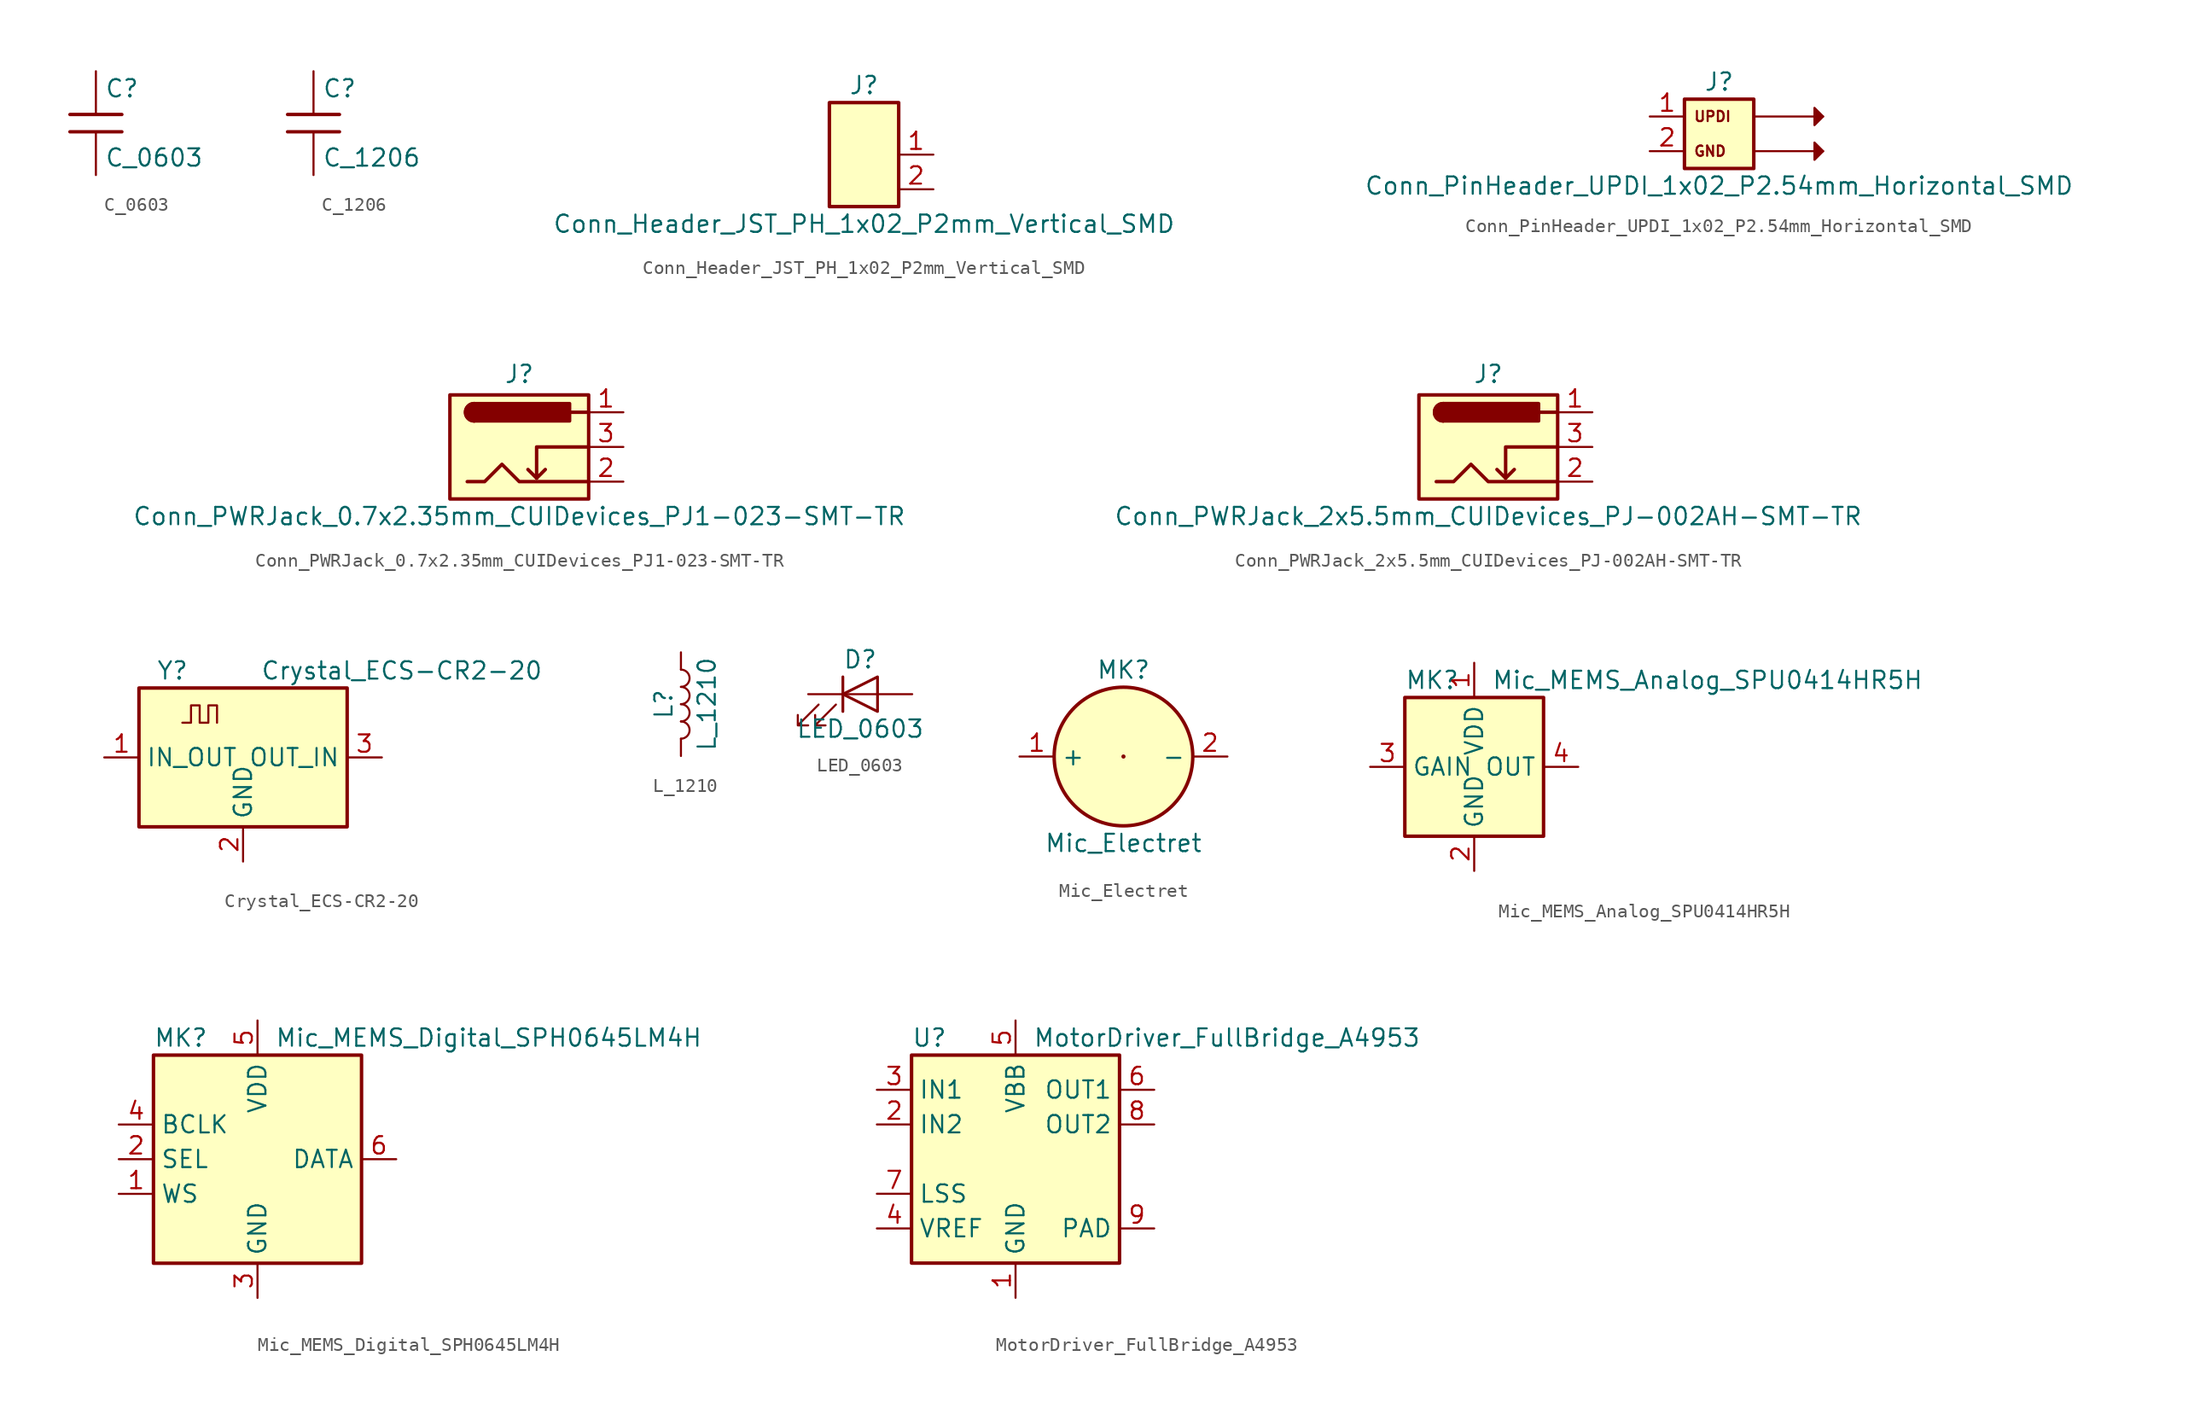
<source format=kicad_sym>
(kicad_symbol_lib
  (version 20231120)
  (generator "kicad_symbol_editor")
  (generator_version "8.0")
  (symbol "C_0603"
    (pin_numbers hide)
    (property "Reference" "C"
      (at 0.635 2.54 0)
      (effects (font (size 1.27 1.27)) (justify left)))
    (property "Value" "C_0603"
      (at 0.635 -2.54 0)
      (effects (font (size 1.27 1.27)) (justify left)))
    (symbol "C_0603_1_1"
      (polyline (pts (xy -1.905 -0.635) (xy 1.905 -0.635)) (stroke (width 0.25) (type default)) (fill (type none)))
      (polyline (pts (xy -1.905 0.635) (xy 1.905 0.635)) (stroke (width 0.25) (type default)) (fill (type none)))
      (pin passive line (at 0 3.81 270) (length 3.175) (name "~" (effects (font (size 1.27 1.27)))) (number "1" (effects (font (size 1.27 1.27)))))
      (pin passive line (at 0 -3.81 90) (length 3.175) (name "~" (effects (font (size 1.27 1.27)))) (number "2" (effects (font (size 1.27 1.27)))))))
  (symbol "C_1206"
    (pin_numbers hide)
    (property "Reference" "C"
      (at 0.635 2.54 0)
      (effects (font (size 1.27 1.27)) (justify left)))
    (property "Value" "C_1206"
      (at 0.635 -2.54 0)
      (effects (font (size 1.27 1.27)) (justify left)))
    (symbol "C_1206_1_1"
      (polyline (pts (xy -1.905 -0.635) (xy 1.905 -0.635)) (stroke (width 0.25) (type default)) (fill (type none)))
      (polyline (pts (xy -1.905 0.635) (xy 1.905 0.635)) (stroke (width 0.25) (type default)) (fill (type none)))
      (pin passive line (at 0 3.81 270) (length 3.175) (name "~" (effects (font (size 1.27 1.27)))) (number "1" (effects (font (size 1.27 1.27)))))
      (pin passive line (at 0 -3.81 90) (length 3.175) (name "~" (effects (font (size 1.27 1.27)))) (number "2" (effects (font (size 1.27 1.27)))))))
  (symbol "Conn_Header_JST_PH_1x02_P2mm_Vertical_SMD"
    (property "Reference" "J"
      (at 0 5.08 0)
      (effects (font (size 1.27 1.27))))
    (property "Value" "Conn_Header_JST_PH_1x02_P2mm_Vertical_SMD"
      (at 0 -5.08 0)
      (effects (font (size 1.27 1.27))))
    (symbol "Conn_Header_JST_PH_1x02_P2mm_Vertical_SMD_0_1"
      (rectangle (start -2.54 3.81) (end 2.54 -3.81) (stroke (width 0.254) (type default)) (fill (type background))))
    (symbol "Conn_Header_JST_PH_1x02_P2mm_Vertical_SMD_1_1"
      (pin passive line (at 5.08 0 180) (length 2.54) (name "~" (effects (font (size 1.27 1.27)))) (number "1" (effects (font (size 1.27 1.27)))))
      (pin passive line (at 5.08 -2.54 180) (length 2.54) (name "~" (effects (font (size 1.27 1.27)))) (number "2" (effects (font (size 1.27 1.27)))))))
  (symbol "Conn_PinHeader_UPDI_1x02_P2.54mm_Horizontal_SMD"
    (property "Reference" "J"
      (at 0 3.81 0)
      (effects (font (size 1.27 1.27))))
    (property "Value" "Conn_PinHeader_UPDI_1x02_P2.54mm_Horizontal_SMD"
      (at 0 -3.81 0)
      (effects (font (size 1.27 1.27))))
    (symbol "Conn_PinHeader_UPDI_1x02_P2.54mm_Horizontal_SMD_0_0"
      (rectangle (start -2.54 2.54) (end 2.54 -2.54) (stroke (width 0.254) (type default)) (fill (type background)))
      (polyline (pts (xy 2.54 -1.27) (xy 7.62 -1.27)) (stroke (width 0) (type default)) (fill (type none)))
      (polyline (pts (xy 2.54 1.27) (xy 7.62 1.27)) (stroke (width 0) (type default)) (fill (type none)))
      (polyline (pts (xy 6.985 -0.635) (xy 7.62 -1.27) (xy 6.985 -1.905) (xy 6.985 -0.635)) (stroke (width 0) (type default)) (fill (type outline)))
      (polyline (pts (xy 6.985 1.905) (xy 7.62 1.27) (xy 6.985 0.635) (xy 6.985 1.905)) (stroke (width 0) (type default)) (fill (type outline)))
      (text "GND" (at -1.905 -1.27 0) (effects (font (size 0.75 0.75)) (justify left)))
      (text "UPDI" (at -1.905 1.27 0) (effects (font (size 0.75 0.75)) (justify left))))
    (symbol "Conn_PinHeader_UPDI_1x02_P2.54mm_Horizontal_SMD_1_1"
      (pin passive line (at -5.08 1.27 0) (length 2.54) (name "" (effects (font (size 1.27 1.27)))) (number "1" (effects (font (size 1.27 1.27)))))
      (pin passive line (at -5.08 -1.27 0) (length 2.54) (name "" (effects (font (size 1.27 1.27)))) (number "2" (effects (font (size 1.27 1.27)))))))
  (symbol "Conn_PWRJack_0.7x2.35mm_CUIDevices_PJ1-023-SMT-TR"
    (pin_names hide)
    (property "Reference" "J"
      (at 0 5.334 0)
      (effects (font (size 1.27 1.27))))
    (property "Value" "Conn_PWRJack_0.7x2.35mm_CUIDevices_PJ1-023-SMT-TR"
      (at 0 -5.08 0)
      (effects (font (size 1.27 1.27))))
    (symbol "Conn_PWRJack_0.7x2.35mm_CUIDevices_PJ1-023-SMT-TR_0_1"
      (rectangle (start -5.08 3.81) (end 5.08 -3.81) (stroke (width 0.254) (type default)) (fill (type background)))
      (arc (start -3.302 3.175) (mid -3.9343 2.54) (end -3.302 1.905) (stroke (width 0.254) (type default)) (fill (type none)))
      (arc (start -3.302 3.175) (mid -3.9343 2.54) (end -3.302 1.905) (stroke (width 0.254) (type default)) (fill (type outline)))
      (polyline (pts (xy 1.27 -2.286) (xy 1.905 -1.651)) (stroke (width 0.254) (type default)) (fill (type none)))
      (polyline (pts (xy 5.08 2.54) (xy 3.81 2.54)) (stroke (width 0.254) (type default)) (fill (type none)))
      (polyline (pts (xy 5.08 0) (xy 1.27 0) (xy 1.27 -2.286) (xy 0.635 -1.651)) (stroke (width 0.254) (type default)) (fill (type none)))
      (polyline (pts (xy -3.81 -2.54) (xy -2.54 -2.54) (xy -1.27 -1.27) (xy 0 -2.54) (xy 2.54 -2.54) (xy 5.08 -2.54)) (stroke (width 0.254) (type default)) (fill (type none)))
      (rectangle (start 3.683 3.175) (end -3.302 1.905) (stroke (width 0.254) (type default)) (fill (type outline))))
    (symbol "Conn_PWRJack_0.7x2.35mm_CUIDevices_PJ1-023-SMT-TR_1_1"
      (pin passive line (at 7.62 2.54 180) (length 2.54) (name "~" (effects (font (size 1.27 1.27)))) (number "1" (effects (font (size 1.27 1.27)))))
      (pin passive line (at 7.62 -2.54 180) (length 2.54) (name "~" (effects (font (size 1.27 1.27)))) (number "2" (effects (font (size 1.27 1.27)))))
      (pin passive line (at 7.62 0 180) (length 2.54) (name "~" (effects (font (size 1.27 1.27)))) (number "3" (effects (font (size 1.27 1.27)))))))
  (symbol "Conn_PWRJack_2x5.5mm_CUIDevices_PJ-002AH-SMT-TR"
    (pin_names hide)
    (property "Reference" "J"
      (at 0 5.334 0)
      (effects (font (size 1.27 1.27))))
    (property "Value" "Conn_PWRJack_2x5.5mm_CUIDevices_PJ-002AH-SMT-TR"
      (at 0 -5.08 0)
      (effects (font (size 1.27 1.27))))
    (symbol "Conn_PWRJack_2x5.5mm_CUIDevices_PJ-002AH-SMT-TR_0_1"
      (rectangle (start -5.08 3.81) (end 5.08 -3.81) (stroke (width 0.254) (type default)) (fill (type background)))
      (arc (start -3.302 3.175) (mid -3.9343 2.54) (end -3.302 1.905) (stroke (width 0.254) (type default)) (fill (type none)))
      (arc (start -3.302 3.175) (mid -3.9343 2.54) (end -3.302 1.905) (stroke (width 0.254) (type default)) (fill (type outline)))
      (polyline (pts (xy 1.27 -2.286) (xy 1.905 -1.651)) (stroke (width 0.254) (type default)) (fill (type none)))
      (polyline (pts (xy 5.08 2.54) (xy 3.81 2.54)) (stroke (width 0.254) (type default)) (fill (type none)))
      (polyline (pts (xy 5.08 0) (xy 1.27 0) (xy 1.27 -2.286) (xy 0.635 -1.651)) (stroke (width 0.254) (type default)) (fill (type none)))
      (polyline (pts (xy -3.81 -2.54) (xy -2.54 -2.54) (xy -1.27 -1.27) (xy 0 -2.54) (xy 2.54 -2.54) (xy 5.08 -2.54)) (stroke (width 0.254) (type default)) (fill (type none)))
      (rectangle (start 3.683 3.175) (end -3.302 1.905) (stroke (width 0.254) (type default)) (fill (type outline))))
    (symbol "Conn_PWRJack_2x5.5mm_CUIDevices_PJ-002AH-SMT-TR_1_1"
      (pin passive line (at 7.62 2.54 180) (length 2.54) (name "~" (effects (font (size 1.27 1.27)))) (number "1" (effects (font (size 1.27 1.27)))))
      (pin passive line (at 7.62 -2.54 180) (length 2.54) (name "~" (effects (font (size 1.27 1.27)))) (number "2" (effects (font (size 1.27 1.27)))))
      (pin passive line (at 7.62 0 180) (length 2.54) (name "~" (effects (font (size 1.27 1.27)))) (number "3" (effects (font (size 1.27 1.27)))))))
  (symbol "Crystal_ECS-CR2-20"
    (property "Reference" "Y"
      (at -6.35 6.35 0)
      (effects (font (size 1.27 1.27)) (justify left)))
    (property "Value" "Crystal_ECS-CR2-20"
      (at 1.27 6.35 0)
      (effects (font (size 1.27 1.27)) (justify left)))
    (symbol "Crystal_ECS-CR2-20_0_1"
      (rectangle (start -7.62 5.08) (end 7.62 -5.08) (stroke (width 0.254) (type default)) (fill (type background)))
      (polyline (pts (xy -4.445 2.54) (xy -3.81 2.54) (xy -3.81 3.81) (xy -3.175 3.81) (xy -3.175 2.54) (xy -2.54 2.54) (xy -2.54 3.81) (xy -1.905 3.81) (xy -1.905 2.54)) (stroke (width 0) (type default)) (fill (type none))))
    (symbol "Crystal_ECS-CR2-20_1_1"
      (pin input line (at -10.16 0 0) (length 2.54) (name "IN_OUT" (effects (font (size 1.27 1.27)))) (number "1" (effects (font (size 1.27 1.27)))))
      (pin power_in line (at 0 -7.62 90) (length 2.54) (name "GND" (effects (font (size 1.27 1.27)))) (number "2" (effects (font (size 1.27 1.27)))))
      (pin output line (at 10.16 0 180) (length 2.54) (name "OUT_IN" (effects (font (size 1.27 1.27)))) (number "3" (effects (font (size 1.27 1.27)))))))
  (symbol "L_1210"
    (pin_numbers hide)
    (pin_names hide)
    (property "Reference" "L"
      (at -1.27 0 90)
      (effects (font (size 1.27 1.27))))
    (property "Value" "L_1210"
      (at 1.905 0 90)
      (effects (font (size 1.27 1.27))))
    (symbol "L_1210_0_1"
      (arc (start 0 -2.54) (mid 0.6323 -1.905) (end 0 -1.27) (stroke (width 0) (type default)) (fill (type none)))
      (arc (start 0 -1.27) (mid 0.6323 -0.635) (end 0 0) (stroke (width 0) (type default)) (fill (type none)))
      (arc (start 0 0) (mid 0.6323 0.635) (end 0 1.27) (stroke (width 0) (type default)) (fill (type none)))
      (arc (start 0 1.27) (mid 0.6323 1.905) (end 0 2.54) (stroke (width 0) (type default)) (fill (type none))))
    (symbol "L_1210_1_1"
      (pin passive line (at 0 3.81 270) (length 1.27) (name "1" (effects (font (size 1.27 1.27)))) (number "1" (effects (font (size 1.27 1.27)))))
      (pin passive line (at 0 -3.81 90) (length 1.27) (name "2" (effects (font (size 1.27 1.27)))) (number "2" (effects (font (size 1.27 1.27)))))))
  (symbol "LED_0603"
    (pin_numbers hide)
    (pin_names
      (offset 1.016) hide)
    (property "Reference" "D"
      (at 0 2.54 0)
      (effects (font (size 1.27 1.27))))
    (property "Value" "LED_0603"
      (at 0 -2.54 0)
      (effects (font (size 1.27 1.27))))
    (symbol "LED_0603_0_1"
      (polyline (pts (xy -1.27 -1.27) (xy -1.27 1.27)) (stroke (width 0.203) (type default)) (fill (type none)))
      (polyline (pts (xy -1.27 0) (xy 1.27 0)) (stroke (width 0) (type default)) (fill (type none)))
      (polyline (pts (xy 1.27 -1.27) (xy 1.27 1.27) (xy -1.27 0) (xy 1.27 -1.27)) (stroke (width 0.203) (type default)) (fill (type none)))
      (polyline (pts (xy -3.048 -0.762) (xy -4.572 -2.286) (xy -3.81 -2.286) (xy -4.572 -2.286) (xy -4.572 -1.524)) (stroke (width 0) (type default)) (fill (type none)))
      (polyline (pts (xy -1.778 -0.762) (xy -3.302 -2.286) (xy -2.54 -2.286) (xy -3.302 -2.286) (xy -3.302 -1.524)) (stroke (width 0) (type default)) (fill (type none))))
    (symbol "LED_0603_1_1"
      (pin passive line (at -3.81 0 0) (length 2.54) (name "K" (effects (font (size 1.27 1.27)))) (number "1" (effects (font (size 1.27 1.27)))))
      (pin passive line (at 3.81 0 180) (length 2.54) (name "A" (effects (font (size 1.27 1.27)))) (number "2" (effects (font (size 1.27 1.27)))))))
  (symbol "Mic_Electret"
    (property "Reference" "MK"
      (at 0 6.35 0)
      (effects (font (size 1.27 1.27))))
    (property "Value" "Mic_Electret"
      (at 0 -6.35 0)
      (effects (font (size 1.27 1.27))))
    (symbol "Mic_Electret_0_1"
      (circle (center 0 0) (radius 0.0001) (stroke (width 0) (type default)) (fill (type none)))
      (circle (center 0 0) (radius 5.08) (stroke (width 0.254) (type default)) (fill (type background))))
    (symbol "Mic_Electret_1_1"
      (pin passive line (at -7.62 0 0) (length 2.54) (name "+" (effects (font (size 1.27 1.27)))) (number "1" (effects (font (size 1.27 1.27)))))
      (pin passive line (at 7.62 0 180) (length 2.54) (name "-" (effects (font (size 1.27 1.27)))) (number "2" (effects (font (size 1.27 1.27)))))))
  (symbol "Mic_MEMS_Analog_SPU0414HR5H"
    (property "Reference" "MK"
      (at -5.08 6.35 0)
      (effects (font (size 1.27 1.27)) (justify left)))
    (property "Value" "Mic_MEMS_Analog_SPU0414HR5H"
      (at 1.27 6.35 0)
      (effects (font (size 1.27 1.27)) (justify left)))
    (symbol "Mic_MEMS_Analog_SPU0414HR5H_0_1"
      (rectangle (start -5.08 5.08) (end 5.08 -5.08) (stroke (width 0.254) (type default)) (fill (type background))))
    (symbol "Mic_MEMS_Analog_SPU0414HR5H_1_1"
      (pin power_in line (at 0 7.62 270) (length 2.54) (name "VDD" (effects (font (size 1.27 1.27)))) (number "1" (effects (font (size 1.27 1.27)))))
      (pin power_in line (at 0 -7.62 90) (length 2.54) (name "GND" (effects (font (size 1.27 1.27)))) (number "2" (effects (font (size 1.27 1.27)))))
      (pin bidirectional line (at -7.62 0 0) (length 2.54) (name "GAIN" (effects (font (size 1.27 1.27)))) (number "3" (effects (font (size 1.27 1.27)))))
      (pin output line (at 7.62 0 180) (length 2.54) (name "OUT" (effects (font (size 1.27 1.27)))) (number "4" (effects (font (size 1.27 1.27)))))))
  (symbol "Mic_MEMS_Digital_SPH0645LM4H"
    (property "Reference" "MK"
      (at -7.62 8.89 0)
      (effects (font (size 1.27 1.27)) (justify left)))
    (property "Value" "Mic_MEMS_Digital_SPH0645LM4H"
      (at 1.27 8.89 0)
      (effects (font (size 1.27 1.27)) (justify left)))
    (symbol "Mic_MEMS_Digital_SPH0645LM4H_0_1"
      (rectangle (start -7.62 7.62) (end 7.62 -7.62) (stroke (width 0.254) (type default)) (fill (type background))))
    (symbol "Mic_MEMS_Digital_SPH0645LM4H_1_1"
      (pin input line (at -10.16 -2.54 0) (length 2.54) (name "WS" (effects (font (size 1.27 1.27)))) (number "1" (effects (font (size 1.27 1.27)))))
      (pin input line (at -10.16 0 0) (length 2.54) (name "SEL" (effects (font (size 1.27 1.27)))) (number "2" (effects (font (size 1.27 1.27)))))
      (pin power_in line (at 0 -10.16 90) (length 2.54) (name "GND" (effects (font (size 1.27 1.27)))) (number "3" (effects (font (size 1.27 1.27)))))
      (pin input line (at -10.16 2.54 0) (length 2.54) (name "BCLK" (effects (font (size 1.27 1.27)))) (number "4" (effects (font (size 1.27 1.27)))))
      (pin power_in line (at 0 10.16 270) (length 2.54) (name "VDD" (effects (font (size 1.27 1.27)))) (number "5" (effects (font (size 1.27 1.27)))))
      (pin output line (at 10.16 0 180) (length 2.54) (name "DATA" (effects (font (size 1.27 1.27)))) (number "6" (effects (font (size 1.27 1.27)))))))
  (symbol "MotorDriver_FullBridge_A4953"
    (property "Reference" "U"
      (at -7.62 8.89 0)
      (effects (font (size 1.27 1.27)) (justify left)))
    (property "Value" "MotorDriver_FullBridge_A4953"
      (at 1.27 8.89 0)
      (effects (font (size 1.27 1.27)) (justify left)))
    (symbol "MotorDriver_FullBridge_A4953_0_1"
      (rectangle (start -7.62 7.62) (end 7.62 -7.62) (stroke (width 0.254) (type default)) (fill (type background))))
    (symbol "MotorDriver_FullBridge_A4953_1_1"
      (pin power_in line (at 0 -10.16 90) (length 2.54) (name "GND" (effects (font (size 1.27 1.27)))) (number "1" (effects (font (size 1.27 1.27)))))
      (pin input line (at -10.16 2.54 0) (length 2.54) (name "IN2" (effects (font (size 1.27 1.27)))) (number "2" (effects (font (size 1.27 1.27)))))
      (pin input line (at -10.16 5.08 0) (length 2.54) (name "IN1" (effects (font (size 1.27 1.27)))) (number "3" (effects (font (size 1.27 1.27)))))
      (pin input line (at -10.16 -5.08 0) (length 2.54) (name "VREF" (effects (font (size 1.27 1.27)))) (number "4" (effects (font (size 1.27 1.27)))))
      (pin power_in line (at 0 10.16 270) (length 2.54) (name "VBB" (effects (font (size 1.27 1.27)))) (number "5" (effects (font (size 1.27 1.27)))))
      (pin output line (at 10.16 5.08 180) (length 2.54) (name "OUT1" (effects (font (size 1.27 1.27)))) (number "6" (effects (font (size 1.27 1.27)))))
      (pin input line (at -10.16 -2.54 0) (length 2.54) (name "LSS" (effects (font (size 1.27 1.27)))) (number "7" (effects (font (size 1.27 1.27)))))
      (pin output line (at 10.16 2.54 180) (length 2.54) (name "OUT2" (effects (font (size 1.27 1.27)))) (number "8" (effects (font (size 1.27 1.27)))))
      (pin passive line (at 10.16 -5.08 180) (length 2.54) (name "PAD" (effects (font (size 1.27 1.27)))) (number "9" (effects (font (size 1.27 1.27))))))))
</source>
